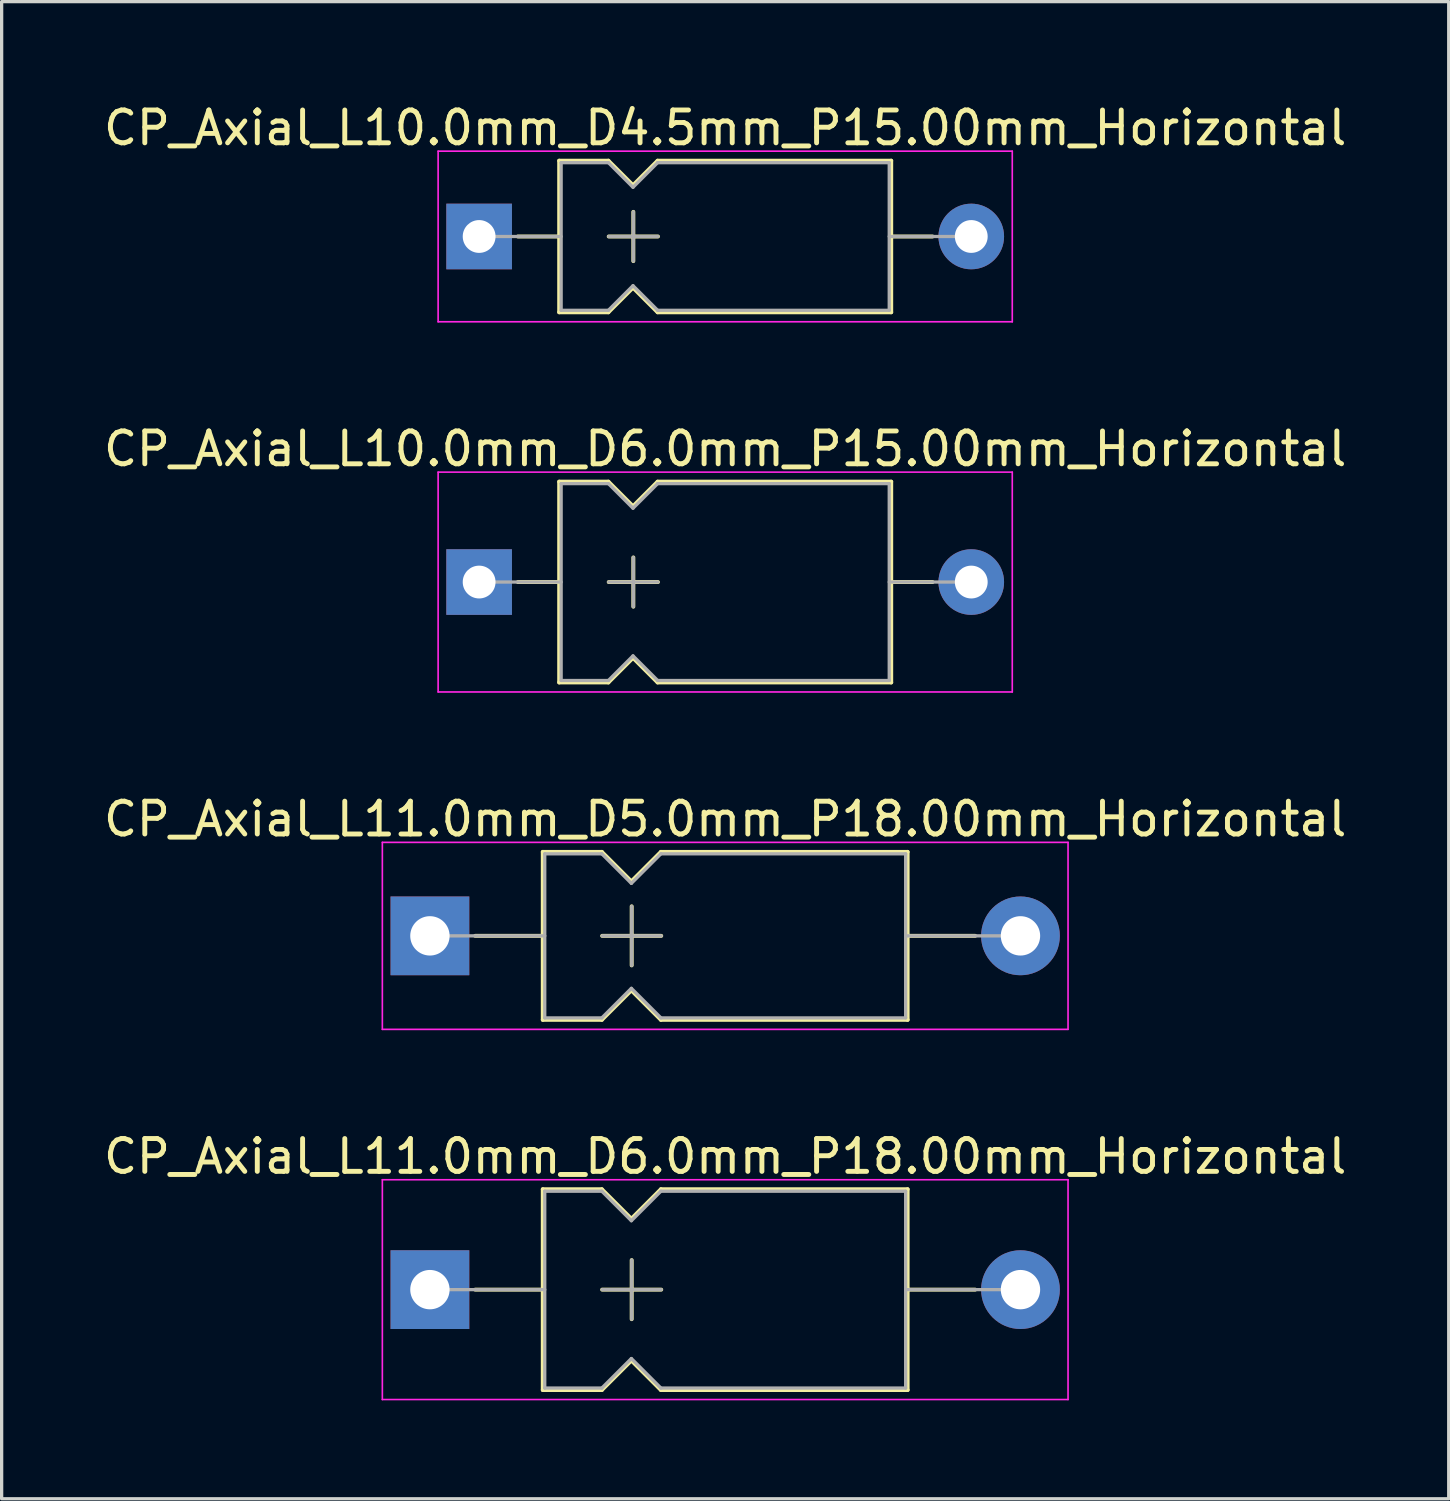
<source format=kicad_pcb>
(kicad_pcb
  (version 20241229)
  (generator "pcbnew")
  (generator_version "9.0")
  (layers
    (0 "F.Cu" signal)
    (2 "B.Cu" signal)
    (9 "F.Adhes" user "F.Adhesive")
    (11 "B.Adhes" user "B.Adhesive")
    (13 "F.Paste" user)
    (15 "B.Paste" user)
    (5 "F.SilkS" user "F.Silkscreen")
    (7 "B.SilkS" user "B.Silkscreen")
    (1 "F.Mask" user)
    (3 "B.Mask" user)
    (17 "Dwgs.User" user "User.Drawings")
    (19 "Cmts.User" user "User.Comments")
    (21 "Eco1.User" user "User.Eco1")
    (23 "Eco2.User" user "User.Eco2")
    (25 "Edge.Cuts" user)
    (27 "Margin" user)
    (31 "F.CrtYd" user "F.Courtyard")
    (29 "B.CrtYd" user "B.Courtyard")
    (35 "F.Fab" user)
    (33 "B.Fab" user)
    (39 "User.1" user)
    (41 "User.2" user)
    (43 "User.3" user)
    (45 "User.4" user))
  (footprint "CP_Axial_L11.0mm_D5.0mm_P18.00mm_Horizontal"
    (layer "F.Cu")
    (at 10.054 25.475)
    (property "Reference" "CP_Axial_L11.0mm_D5.0mm_P18.00mm_Horizontal" (at 9 -3.56 0) (layer "F.SilkS") (effects (font (size 1 1) (thickness 0.15))))
    (attr through_hole)
    (fp_line (start 1.38 0) (end 3.44 0) (stroke (width 0.12) (type solid)) (layer "F.SilkS"))
    (fp_line (start 3.44 -2.56) (end 3.44 2.56) (stroke (width 0.12) (type solid)) (layer "F.SilkS"))
    (fp_line (start 3.44 -2.56) (end 5.24 -2.56) (stroke (width 0.12) (type solid)) (layer "F.SilkS"))
    (fp_line (start 3.44 2.56) (end 5.24 2.56) (stroke (width 0.12) (type solid)) (layer "F.SilkS"))
    (fp_line (start 5.24 -2.56) (end 6.14 -1.66) (stroke (width 0.12) (type solid)) (layer "F.SilkS"))
    (fp_line (start 5.24 2.56) (end 6.14 1.66) (stroke (width 0.12) (type solid)) (layer "F.SilkS"))
    (fp_line (start 5.25 0) (end 7.05 0) (stroke (width 0.12) (type solid)) (layer "F.SilkS"))
    (fp_line (start 6.14 -1.66) (end 7.04 -2.56) (stroke (width 0.12) (type solid)) (layer "F.SilkS"))
    (fp_line (start 6.14 1.66) (end 7.04 2.56) (stroke (width 0.12) (type solid)) (layer "F.SilkS"))
    (fp_line (start 6.15 -0.9) (end 6.15 0.9) (stroke (width 0.12) (type solid)) (layer "F.SilkS"))
    (fp_line (start 7.04 -2.56) (end 14.56 -2.56) (stroke (width 0.12) (type solid)) (layer "F.SilkS"))
    (fp_line (start 7.04 2.56) (end 14.56 2.56) (stroke (width 0.12) (type solid)) (layer "F.SilkS"))
    (fp_line (start 14.56 -2.56) (end 14.56 2.56) (stroke (width 0.12) (type solid)) (layer "F.SilkS"))
    (fp_line (start 16.62 0) (end 14.56 0) (stroke (width 0.12) (type solid)) (layer "F.SilkS"))
    (fp_line (start -1.45 -2.85) (end -1.45 2.85) (stroke (width 0.05) (type solid)) (layer "F.CrtYd"))
    (fp_line (start -1.45 2.85) (end 19.45 2.85) (stroke (width 0.05) (type solid)) (layer "F.CrtYd"))
    (fp_line (start 19.45 -2.85) (end -1.45 -2.85) (stroke (width 0.05) (type solid)) (layer "F.CrtYd"))
    (fp_line (start 19.45 2.85) (end 19.45 -2.85) (stroke (width 0.05) (type solid)) (layer "F.CrtYd"))
    (fp_line (start 0 0) (end 3.5 0) (stroke (width 0.1) (type solid)) (layer "F.Fab"))
    (fp_line (start 3.5 -2.5) (end 3.5 2.5) (stroke (width 0.1) (type solid)) (layer "F.Fab"))
    (fp_line (start 3.5 -2.5) (end 5.24 -2.5) (stroke (width 0.1) (type solid)) (layer "F.Fab"))
    (fp_line (start 3.5 2.5) (end 5.24 2.5) (stroke (width 0.1) (type solid)) (layer "F.Fab"))
    (fp_line (start 5.24 -2.5) (end 6.14 -1.6) (stroke (width 0.1) (type solid)) (layer "F.Fab"))
    (fp_line (start 5.24 2.5) (end 6.14 1.6) (stroke (width 0.1) (type solid)) (layer "F.Fab"))
    (fp_line (start 5.25 0) (end 7.05 0) (stroke (width 0.1) (type solid)) (layer "F.Fab"))
    (fp_line (start 6.14 -1.6) (end 7.04 -2.5) (stroke (width 0.1) (type solid)) (layer "F.Fab"))
    (fp_line (start 6.14 1.6) (end 7.04 2.5) (stroke (width 0.1) (type solid)) (layer "F.Fab"))
    (fp_line (start 6.15 -0.9) (end 6.15 0.9) (stroke (width 0.1) (type solid)) (layer "F.Fab"))
    (fp_line (start 7.04 -2.5) (end 14.5 -2.5) (stroke (width 0.1) (type solid)) (layer "F.Fab"))
    (fp_line (start 7.04 2.5) (end 14.5 2.5) (stroke (width 0.1) (type solid)) (layer "F.Fab"))
    (fp_line (start 14.5 -2.5) (end 14.5 2.5) (stroke (width 0.1) (type solid)) (layer "F.Fab"))
    (fp_line (start 18 0) (end 14.5 0) (stroke (width 0.1) (type solid)) (layer "F.Fab"))
    (pad "1" thru_hole rect (at 0 0) (size 2.4 2.4) (drill 1.2) (layers "*.Cu" "*.Mask"))
    (pad "2" thru_hole oval (at 18 0) (size 2.4 2.4) (drill 1.2) (layers "*.Cu" "*.Mask")))
  (footprint "CP_Axial_L10.0mm_D6.0mm_P15.00mm_Horizontal"
    (layer "F.Cu")
    (at 11.554 14.691)
    (property "Reference" "CP_Axial_L10.0mm_D6.0mm_P15.00mm_Horizontal" (at 7.5 -4.06 0) (layer "F.SilkS") (effects (font (size 1 1) (thickness 0.15))))
    (attr through_hole)
    (fp_line (start 1.18 0) (end 2.44 0) (stroke (width 0.12) (type solid)) (layer "F.SilkS"))
    (fp_line (start 2.44 -3.06) (end 2.44 3.06) (stroke (width 0.12) (type solid)) (layer "F.SilkS"))
    (fp_line (start 2.44 -3.06) (end 3.94 -3.06) (stroke (width 0.12) (type solid)) (layer "F.SilkS"))
    (fp_line (start 2.44 3.06) (end 3.94 3.06) (stroke (width 0.12) (type solid)) (layer "F.SilkS"))
    (fp_line (start 3.94 -3.06) (end 4.69 -2.31) (stroke (width 0.12) (type solid)) (layer "F.SilkS"))
    (fp_line (start 3.94 3.06) (end 4.69 2.31) (stroke (width 0.12) (type solid)) (layer "F.SilkS"))
    (fp_line (start 3.95 0) (end 5.45 0) (stroke (width 0.12) (type solid)) (layer "F.SilkS"))
    (fp_line (start 4.69 -2.31) (end 5.44 -3.06) (stroke (width 0.12) (type solid)) (layer "F.SilkS"))
    (fp_line (start 4.69 2.31) (end 5.44 3.06) (stroke (width 0.12) (type solid)) (layer "F.SilkS"))
    (fp_line (start 4.7 -0.75) (end 4.7 0.75) (stroke (width 0.12) (type solid)) (layer "F.SilkS"))
    (fp_line (start 5.44 -3.06) (end 12.56 -3.06) (stroke (width 0.12) (type solid)) (layer "F.SilkS"))
    (fp_line (start 5.44 3.06) (end 12.56 3.06) (stroke (width 0.12) (type solid)) (layer "F.SilkS"))
    (fp_line (start 12.56 -3.06) (end 12.56 3.06) (stroke (width 0.12) (type solid)) (layer "F.SilkS"))
    (fp_line (start 13.82 0) (end 12.56 0) (stroke (width 0.12) (type solid)) (layer "F.SilkS"))
    (fp_line (start -1.25 -3.35) (end -1.25 3.35) (stroke (width 0.05) (type solid)) (layer "F.CrtYd"))
    (fp_line (start -1.25 3.35) (end 16.25 3.35) (stroke (width 0.05) (type solid)) (layer "F.CrtYd"))
    (fp_line (start 16.25 -3.35) (end -1.25 -3.35) (stroke (width 0.05) (type solid)) (layer "F.CrtYd"))
    (fp_line (start 16.25 3.35) (end 16.25 -3.35) (stroke (width 0.05) (type solid)) (layer "F.CrtYd"))
    (fp_line (start 0 0) (end 2.5 0) (stroke (width 0.1) (type solid)) (layer "F.Fab"))
    (fp_line (start 2.5 -3) (end 2.5 3) (stroke (width 0.1) (type solid)) (layer "F.Fab"))
    (fp_line (start 2.5 -3) (end 3.94 -3) (stroke (width 0.1) (type solid)) (layer "F.Fab"))
    (fp_line (start 2.5 3) (end 3.94 3) (stroke (width 0.1) (type solid)) (layer "F.Fab"))
    (fp_line (start 3.94 -3) (end 4.69 -2.25) (stroke (width 0.1) (type solid)) (layer "F.Fab"))
    (fp_line (start 3.94 3) (end 4.69 2.25) (stroke (width 0.1) (type solid)) (layer "F.Fab"))
    (fp_line (start 3.95 0) (end 5.45 0) (stroke (width 0.1) (type solid)) (layer "F.Fab"))
    (fp_line (start 4.69 -2.25) (end 5.44 -3) (stroke (width 0.1) (type solid)) (layer "F.Fab"))
    (fp_line (start 4.69 2.25) (end 5.44 3) (stroke (width 0.1) (type solid)) (layer "F.Fab"))
    (fp_line (start 4.7 -0.75) (end 4.7 0.75) (stroke (width 0.1) (type solid)) (layer "F.Fab"))
    (fp_line (start 5.44 -3) (end 12.5 -3) (stroke (width 0.1) (type solid)) (layer "F.Fab"))
    (fp_line (start 5.44 3) (end 12.5 3) (stroke (width 0.1) (type solid)) (layer "F.Fab"))
    (fp_line (start 12.5 -3) (end 12.5 3) (stroke (width 0.1) (type solid)) (layer "F.Fab"))
    (fp_line (start 15 0) (end 12.5 0) (stroke (width 0.1) (type solid)) (layer "F.Fab"))
    (pad "1" thru_hole rect (at 0 0) (size 2 2) (drill 1) (layers "*.Cu" "*.Mask"))
    (pad "2" thru_hole oval (at 15 0) (size 2 2) (drill 1) (layers "*.Cu" "*.Mask")))
  (footprint "CP_Axial_L10.0mm_D4.5mm_P15.00mm_Horizontal"
    (layer "F.Cu")
    (at 11.554 4.158)
    (property "Reference" "CP_Axial_L10.0mm_D4.5mm_P15.00mm_Horizontal" (at 7.5 -3.31 0) (layer "F.SilkS") (effects (font (size 1 1) (thickness 0.15))))
    (attr through_hole)
    (fp_line (start 1.18 0) (end 2.44 0) (stroke (width 0.12) (type solid)) (layer "F.SilkS"))
    (fp_line (start 2.44 -2.31) (end 2.44 2.31) (stroke (width 0.12) (type solid)) (layer "F.SilkS"))
    (fp_line (start 2.44 -2.31) (end 3.94 -2.31) (stroke (width 0.12) (type solid)) (layer "F.SilkS"))
    (fp_line (start 2.44 2.31) (end 3.94 2.31) (stroke (width 0.12) (type solid)) (layer "F.SilkS"))
    (fp_line (start 3.94 -2.31) (end 4.69 -1.56) (stroke (width 0.12) (type solid)) (layer "F.SilkS"))
    (fp_line (start 3.94 2.31) (end 4.69 1.56) (stroke (width 0.12) (type solid)) (layer "F.SilkS"))
    (fp_line (start 3.95 0) (end 5.45 0) (stroke (width 0.12) (type solid)) (layer "F.SilkS"))
    (fp_line (start 4.69 -1.56) (end 5.44 -2.31) (stroke (width 0.12) (type solid)) (layer "F.SilkS"))
    (fp_line (start 4.69 1.56) (end 5.44 2.31) (stroke (width 0.12) (type solid)) (layer "F.SilkS"))
    (fp_line (start 4.7 -0.75) (end 4.7 0.75) (stroke (width 0.12) (type solid)) (layer "F.SilkS"))
    (fp_line (start 5.44 -2.31) (end 12.56 -2.31) (stroke (width 0.12) (type solid)) (layer "F.SilkS"))
    (fp_line (start 5.44 2.31) (end 12.56 2.31) (stroke (width 0.12) (type solid)) (layer "F.SilkS"))
    (fp_line (start 12.56 -2.31) (end 12.56 2.31) (stroke (width 0.12) (type solid)) (layer "F.SilkS"))
    (fp_line (start 13.82 0) (end 12.56 0) (stroke (width 0.12) (type solid)) (layer "F.SilkS"))
    (fp_line (start -1.25 -2.6) (end -1.25 2.6) (stroke (width 0.05) (type solid)) (layer "F.CrtYd"))
    (fp_line (start -1.25 2.6) (end 16.25 2.6) (stroke (width 0.05) (type solid)) (layer "F.CrtYd"))
    (fp_line (start 16.25 -2.6) (end -1.25 -2.6) (stroke (width 0.05) (type solid)) (layer "F.CrtYd"))
    (fp_line (start 16.25 2.6) (end 16.25 -2.6) (stroke (width 0.05) (type solid)) (layer "F.CrtYd"))
    (fp_line (start 0 0) (end 2.5 0) (stroke (width 0.1) (type solid)) (layer "F.Fab"))
    (fp_line (start 2.5 -2.25) (end 2.5 2.25) (stroke (width 0.1) (type solid)) (layer "F.Fab"))
    (fp_line (start 2.5 -2.25) (end 3.94 -2.25) (stroke (width 0.1) (type solid)) (layer "F.Fab"))
    (fp_line (start 2.5 2.25) (end 3.94 2.25) (stroke (width 0.1) (type solid)) (layer "F.Fab"))
    (fp_line (start 3.94 -2.25) (end 4.69 -1.5) (stroke (width 0.1) (type solid)) (layer "F.Fab"))
    (fp_line (start 3.94 2.25) (end 4.69 1.5) (stroke (width 0.1) (type solid)) (layer "F.Fab"))
    (fp_line (start 3.95 0) (end 5.45 0) (stroke (width 0.1) (type solid)) (layer "F.Fab"))
    (fp_line (start 4.69 -1.5) (end 5.44 -2.25) (stroke (width 0.1) (type solid)) (layer "F.Fab"))
    (fp_line (start 4.69 1.5) (end 5.44 2.25) (stroke (width 0.1) (type solid)) (layer "F.Fab"))
    (fp_line (start 4.7 -0.75) (end 4.7 0.75) (stroke (width 0.1) (type solid)) (layer "F.Fab"))
    (fp_line (start 5.44 -2.25) (end 12.5 -2.25) (stroke (width 0.1) (type solid)) (layer "F.Fab"))
    (fp_line (start 5.44 2.25) (end 12.5 2.25) (stroke (width 0.1) (type solid)) (layer "F.Fab"))
    (fp_line (start 12.5 -2.25) (end 12.5 2.25) (stroke (width 0.1) (type solid)) (layer "F.Fab"))
    (fp_line (start 15 0) (end 12.5 0) (stroke (width 0.1) (type solid)) (layer "F.Fab"))
    (pad "1" thru_hole rect (at 0 0) (size 2 2) (drill 1) (layers "*.Cu" "*.Mask"))
    (pad "2" thru_hole oval (at 15 0) (size 2 2) (drill 1) (layers "*.Cu" "*.Mask")))
  (footprint "CP_Axial_L11.0mm_D6.0mm_P18.00mm_Horizontal"
    (layer "F.Cu")
    (at 10.054 36.258)
    (property "Reference" "CP_Axial_L11.0mm_D6.0mm_P18.00mm_Horizontal" (at 9 -4.06 0) (layer "F.SilkS") (effects (font (size 1 1) (thickness 0.15))))
    (attr through_hole)
    (fp_line (start 1.38 0) (end 3.44 0) (stroke (width 0.12) (type solid)) (layer "F.SilkS"))
    (fp_line (start 3.44 -3.06) (end 3.44 3.06) (stroke (width 0.12) (type solid)) (layer "F.SilkS"))
    (fp_line (start 3.44 -3.06) (end 5.24 -3.06) (stroke (width 0.12) (type solid)) (layer "F.SilkS"))
    (fp_line (start 3.44 3.06) (end 5.24 3.06) (stroke (width 0.12) (type solid)) (layer "F.SilkS"))
    (fp_line (start 5.24 -3.06) (end 6.14 -2.16) (stroke (width 0.12) (type solid)) (layer "F.SilkS"))
    (fp_line (start 5.24 3.06) (end 6.14 2.16) (stroke (width 0.12) (type solid)) (layer "F.SilkS"))
    (fp_line (start 5.25 0) (end 7.05 0) (stroke (width 0.12) (type solid)) (layer "F.SilkS"))
    (fp_line (start 6.14 -2.16) (end 7.04 -3.06) (stroke (width 0.12) (type solid)) (layer "F.SilkS"))
    (fp_line (start 6.14 2.16) (end 7.04 3.06) (stroke (width 0.12) (type solid)) (layer "F.SilkS"))
    (fp_line (start 6.15 -0.9) (end 6.15 0.9) (stroke (width 0.12) (type solid)) (layer "F.SilkS"))
    (fp_line (start 7.04 -3.06) (end 14.56 -3.06) (stroke (width 0.12) (type solid)) (layer "F.SilkS"))
    (fp_line (start 7.04 3.06) (end 14.56 3.06) (stroke (width 0.12) (type solid)) (layer "F.SilkS"))
    (fp_line (start 14.56 -3.06) (end 14.56 3.06) (stroke (width 0.12) (type solid)) (layer "F.SilkS"))
    (fp_line (start 16.62 0) (end 14.56 0) (stroke (width 0.12) (type solid)) (layer "F.SilkS"))
    (fp_line (start -1.45 -3.35) (end -1.45 3.35) (stroke (width 0.05) (type solid)) (layer "F.CrtYd"))
    (fp_line (start -1.45 3.35) (end 19.45 3.35) (stroke (width 0.05) (type solid)) (layer "F.CrtYd"))
    (fp_line (start 19.45 -3.35) (end -1.45 -3.35) (stroke (width 0.05) (type solid)) (layer "F.CrtYd"))
    (fp_line (start 19.45 3.35) (end 19.45 -3.35) (stroke (width 0.05) (type solid)) (layer "F.CrtYd"))
    (fp_line (start 0 0) (end 3.5 0) (stroke (width 0.1) (type solid)) (layer "F.Fab"))
    (fp_line (start 3.5 -3) (end 3.5 3) (stroke (width 0.1) (type solid)) (layer "F.Fab"))
    (fp_line (start 3.5 -3) (end 5.24 -3) (stroke (width 0.1) (type solid)) (layer "F.Fab"))
    (fp_line (start 3.5 3) (end 5.24 3) (stroke (width 0.1) (type solid)) (layer "F.Fab"))
    (fp_line (start 5.24 -3) (end 6.14 -2.1) (stroke (width 0.1) (type solid)) (layer "F.Fab"))
    (fp_line (start 5.24 3) (end 6.14 2.1) (stroke (width 0.1) (type solid)) (layer "F.Fab"))
    (fp_line (start 5.25 0) (end 7.05 0) (stroke (width 0.1) (type solid)) (layer "F.Fab"))
    (fp_line (start 6.14 -2.1) (end 7.04 -3) (stroke (width 0.1) (type solid)) (layer "F.Fab"))
    (fp_line (start 6.14 2.1) (end 7.04 3) (stroke (width 0.1) (type solid)) (layer "F.Fab"))
    (fp_line (start 6.15 -0.9) (end 6.15 0.9) (stroke (width 0.1) (type solid)) (layer "F.Fab"))
    (fp_line (start 7.04 -3) (end 14.5 -3) (stroke (width 0.1) (type solid)) (layer "F.Fab"))
    (fp_line (start 7.04 3) (end 14.5 3) (stroke (width 0.1) (type solid)) (layer "F.Fab"))
    (fp_line (start 14.5 -3) (end 14.5 3) (stroke (width 0.1) (type solid)) (layer "F.Fab"))
    (fp_line (start 18 0) (end 14.5 0) (stroke (width 0.1) (type solid)) (layer "F.Fab"))
    (pad "1" thru_hole rect (at 0 0) (size 2.4 2.4) (drill 1.2) (layers "*.Cu" "*.Mask"))
    (pad "2" thru_hole oval (at 18 0) (size 2.4 2.4) (drill 1.2) (layers "*.Cu" "*.Mask")))
  (gr_rect
    (start -3 -3)
    (end 41.107 42.633)
    (stroke (width 0.1) (type default))
    (fill no)
    (layer "Edge.Cuts")))
</source>
